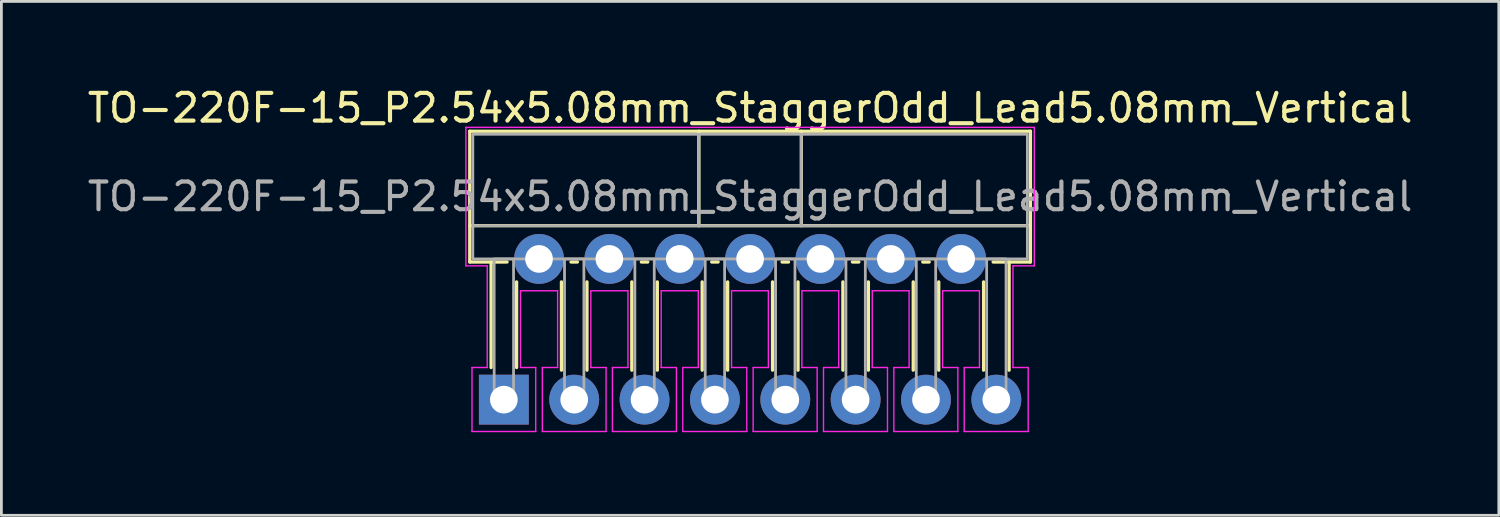
<source format=kicad_pcb>
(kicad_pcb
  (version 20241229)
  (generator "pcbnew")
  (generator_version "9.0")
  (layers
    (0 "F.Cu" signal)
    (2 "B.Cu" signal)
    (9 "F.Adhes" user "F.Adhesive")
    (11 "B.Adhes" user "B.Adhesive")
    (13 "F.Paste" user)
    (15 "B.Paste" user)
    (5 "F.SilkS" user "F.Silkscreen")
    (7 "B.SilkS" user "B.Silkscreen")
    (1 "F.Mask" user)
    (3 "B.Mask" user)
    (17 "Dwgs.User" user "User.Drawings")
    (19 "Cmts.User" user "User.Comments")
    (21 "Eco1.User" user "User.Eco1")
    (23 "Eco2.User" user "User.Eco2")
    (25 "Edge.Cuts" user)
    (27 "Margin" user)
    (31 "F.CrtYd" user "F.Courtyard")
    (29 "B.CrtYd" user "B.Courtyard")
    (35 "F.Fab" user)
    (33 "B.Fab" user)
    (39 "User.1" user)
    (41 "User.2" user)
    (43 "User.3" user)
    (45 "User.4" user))
  (footprint "TO-220F-15_P2.54x5.08mm_StaggerOdd_Lead5.08mm_Vertical"
    (layer "F.Cu")
    (at 15.14 11.378)
    (property "Reference" "TO-220F-15_P2.54x5.08mm_StaggerOdd_Lead5.08mm_Vertical" (at 8.89 -10.53 0) (layer "F.SilkS") (effects (font (size 1 1) (thickness 0.15))))
    (attr through_hole)
    (fp_line (start -1.23 -9.69) (end 19.01 -9.69) (stroke (width 0.12) (type solid)) (layer "F.SilkS"))
    (fp_line (start -1.23 -6.28) (end 19.01 -6.28) (stroke (width 0.12) (type solid)) (layer "F.SilkS"))
    (fp_line (start -1.23 -4.97) (end -1.23 -9.69) (stroke (width 0.12) (type solid)) (layer "F.SilkS"))
    (fp_line (start -0.46 -4.97) (end -0.46 -1.16) (stroke (width 0.12) (type solid)) (layer "F.SilkS"))
    (fp_line (start 0.115 -4.97) (end -1.23 -4.97) (stroke (width 0.12) (type solid)) (layer "F.SilkS"))
    (fp_line (start 0.46 -4.25) (end 0.46 -1.16) (stroke (width 0.12) (type solid)) (layer "F.SilkS"))
    (fp_line (start 2.08 -4.25) (end 2.08 -1.065) (stroke (width 0.12) (type solid)) (layer "F.SilkS"))
    (fp_line (start 2.655 -4.97) (end 2.425 -4.97) (stroke (width 0.12) (type solid)) (layer "F.SilkS"))
    (fp_line (start 3 -4.25) (end 3 -1.065) (stroke (width 0.12) (type solid)) (layer "F.SilkS"))
    (fp_line (start 4.62 -4.25) (end 4.62 -1.065) (stroke (width 0.12) (type solid)) (layer "F.SilkS"))
    (fp_line (start 5.195 -4.97) (end 4.965 -4.97) (stroke (width 0.12) (type solid)) (layer "F.SilkS"))
    (fp_line (start 5.54 -4.25) (end 5.54 -1.065) (stroke (width 0.12) (type solid)) (layer "F.SilkS"))
    (fp_line (start 7.04 -9.69) (end 7.04 -6.28) (stroke (width 0.12) (type solid)) (layer "F.SilkS"))
    (fp_line (start 7.16 -4.25) (end 7.16 -1.065) (stroke (width 0.12) (type solid)) (layer "F.SilkS"))
    (fp_line (start 7.735 -4.97) (end 7.505 -4.97) (stroke (width 0.12) (type solid)) (layer "F.SilkS"))
    (fp_line (start 8.08 -4.25) (end 8.08 -1.065) (stroke (width 0.12) (type solid)) (layer "F.SilkS"))
    (fp_line (start 9.7 -4.25) (end 9.7 -1.065) (stroke (width 0.12) (type solid)) (layer "F.SilkS"))
    (fp_line (start 10.275 -4.97) (end 10.045 -4.97) (stroke (width 0.12) (type solid)) (layer "F.SilkS"))
    (fp_line (start 10.62 -4.25) (end 10.62 -1.065) (stroke (width 0.12) (type solid)) (layer "F.SilkS"))
    (fp_line (start 10.74 -9.69) (end 10.74 -6.28) (stroke (width 0.12) (type solid)) (layer "F.SilkS"))
    (fp_line (start 12.24 -4.25) (end 12.24 -1.065) (stroke (width 0.12) (type solid)) (layer "F.SilkS"))
    (fp_line (start 12.815 -4.97) (end 12.585 -4.97) (stroke (width 0.12) (type solid)) (layer "F.SilkS"))
    (fp_line (start 13.16 -4.25) (end 13.16 -1.065) (stroke (width 0.12) (type solid)) (layer "F.SilkS"))
    (fp_line (start 14.78 -4.25) (end 14.78 -1.065) (stroke (width 0.12) (type solid)) (layer "F.SilkS"))
    (fp_line (start 15.355 -4.97) (end 15.125 -4.97) (stroke (width 0.12) (type solid)) (layer "F.SilkS"))
    (fp_line (start 15.7 -4.25) (end 15.7 -1.065) (stroke (width 0.12) (type solid)) (layer "F.SilkS"))
    (fp_line (start 17.32 -4.25) (end 17.32 -1.065) (stroke (width 0.12) (type solid)) (layer "F.SilkS"))
    (fp_line (start 18.24 -4.97) (end 18.24 -1.065) (stroke (width 0.12) (type solid)) (layer "F.SilkS"))
    (fp_line (start 19.01 -9.69) (end 19.01 -4.97) (stroke (width 0.12) (type solid)) (layer "F.SilkS"))
    (fp_line (start 19.01 -4.97) (end 17.665 -4.97) (stroke (width 0.12) (type solid)) (layer "F.SilkS"))
    (fp_line (start -1.37 -9.83) (end 19.15 -9.83) (stroke (width 0.05) (type solid)) (layer "F.CrtYd"))
    (fp_line (start -1.37 -4.83) (end -1.37 -9.83) (stroke (width 0.05) (type solid)) (layer "F.CrtYd"))
    (fp_line (start -1.15 -1.16) (end -0.6 -1.16) (stroke (width 0.05) (type solid)) (layer "F.CrtYd"))
    (fp_line (start -1.15 1.15) (end -1.15 -1.16) (stroke (width 0.05) (type solid)) (layer "F.CrtYd"))
    (fp_line (start -0.6 -4.83) (end -1.37 -4.83) (stroke (width 0.05) (type solid)) (layer "F.CrtYd"))
    (fp_line (start -0.6 -1.16) (end -0.6 -4.83) (stroke (width 0.05) (type solid)) (layer "F.CrtYd"))
    (fp_line (start 0.6 -3.93) (end 0.6 -1.16) (stroke (width 0.05) (type solid)) (layer "F.CrtYd"))
    (fp_line (start 0.6 -1.16) (end 1.15 -1.16) (stroke (width 0.05) (type solid)) (layer "F.CrtYd"))
    (fp_line (start 1.15 -1.16) (end 1.15 1.15) (stroke (width 0.05) (type solid)) (layer "F.CrtYd"))
    (fp_line (start 1.15 1.15) (end -1.15 1.15) (stroke (width 0.05) (type solid)) (layer "F.CrtYd"))
    (fp_line (start 1.39 -1.16) (end 1.94 -1.16) (stroke (width 0.05) (type solid)) (layer "F.CrtYd"))
    (fp_line (start 1.39 1.15) (end 1.39 -1.16) (stroke (width 0.05) (type solid)) (layer "F.CrtYd"))
    (fp_line (start 1.94 -3.93) (end 0.6 -3.93) (stroke (width 0.05) (type solid)) (layer "F.CrtYd"))
    (fp_line (start 1.94 -1.16) (end 1.94 -3.93) (stroke (width 0.05) (type solid)) (layer "F.CrtYd"))
    (fp_line (start 3.14 -3.93) (end 3.14 -1.16) (stroke (width 0.05) (type solid)) (layer "F.CrtYd"))
    (fp_line (start 3.14 -1.16) (end 3.69 -1.16) (stroke (width 0.05) (type solid)) (layer "F.CrtYd"))
    (fp_line (start 3.69 -1.16) (end 3.69 1.15) (stroke (width 0.05) (type solid)) (layer "F.CrtYd"))
    (fp_line (start 3.69 1.15) (end 1.39 1.15) (stroke (width 0.05) (type solid)) (layer "F.CrtYd"))
    (fp_line (start 3.92 -1.16) (end 4.48 -1.16) (stroke (width 0.05) (type solid)) (layer "F.CrtYd"))
    (fp_line (start 3.92 1.15) (end 3.92 -1.16) (stroke (width 0.05) (type solid)) (layer "F.CrtYd"))
    (fp_line (start 4.48 -3.93) (end 3.14 -3.93) (stroke (width 0.05) (type solid)) (layer "F.CrtYd"))
    (fp_line (start 4.48 -1.16) (end 4.48 -3.93) (stroke (width 0.05) (type solid)) (layer "F.CrtYd"))
    (fp_line (start 5.68 -3.93) (end 5.68 -1.16) (stroke (width 0.05) (type solid)) (layer "F.CrtYd"))
    (fp_line (start 5.68 -1.16) (end 6.23 -1.16) (stroke (width 0.05) (type solid)) (layer "F.CrtYd"))
    (fp_line (start 6.23 -1.16) (end 6.23 1.15) (stroke (width 0.05) (type solid)) (layer "F.CrtYd"))
    (fp_line (start 6.23 1.15) (end 3.92 1.15) (stroke (width 0.05) (type solid)) (layer "F.CrtYd"))
    (fp_line (start 6.46 -1.16) (end 7.02 -1.16) (stroke (width 0.05) (type solid)) (layer "F.CrtYd"))
    (fp_line (start 6.46 1.15) (end 6.46 -1.16) (stroke (width 0.05) (type solid)) (layer "F.CrtYd"))
    (fp_line (start 7.02 -3.93) (end 5.68 -3.93) (stroke (width 0.05) (type solid)) (layer "F.CrtYd"))
    (fp_line (start 7.02 -1.16) (end 7.02 -3.93) (stroke (width 0.05) (type solid)) (layer "F.CrtYd"))
    (fp_line (start 8.22 -3.93) (end 8.22 -1.16) (stroke (width 0.05) (type solid)) (layer "F.CrtYd"))
    (fp_line (start 8.22 -1.16) (end 8.77 -1.16) (stroke (width 0.05) (type solid)) (layer "F.CrtYd"))
    (fp_line (start 8.77 -1.16) (end 8.77 1.15) (stroke (width 0.05) (type solid)) (layer "F.CrtYd"))
    (fp_line (start 8.77 1.15) (end 6.46 1.15) (stroke (width 0.05) (type solid)) (layer "F.CrtYd"))
    (fp_line (start 9 -1.16) (end 9.55 -1.16) (stroke (width 0.05) (type solid)) (layer "F.CrtYd"))
    (fp_line (start 9 1.15) (end 9 -1.16) (stroke (width 0.05) (type solid)) (layer "F.CrtYd"))
    (fp_line (start 9.55 -3.93) (end 8.22 -3.93) (stroke (width 0.05) (type solid)) (layer "F.CrtYd"))
    (fp_line (start 9.55 -1.16) (end 9.55 -3.93) (stroke (width 0.05) (type solid)) (layer "F.CrtYd"))
    (fp_line (start 10.76 -3.93) (end 10.76 -1.16) (stroke (width 0.05) (type solid)) (layer "F.CrtYd"))
    (fp_line (start 10.76 -1.16) (end 11.31 -1.16) (stroke (width 0.05) (type solid)) (layer "F.CrtYd"))
    (fp_line (start 11.31 -1.16) (end 11.31 1.15) (stroke (width 0.05) (type solid)) (layer "F.CrtYd"))
    (fp_line (start 11.31 1.15) (end 9 1.15) (stroke (width 0.05) (type solid)) (layer "F.CrtYd"))
    (fp_line (start 11.54 -1.16) (end 12.09 -1.16) (stroke (width 0.05) (type solid)) (layer "F.CrtYd"))
    (fp_line (start 11.54 1.15) (end 11.54 -1.16) (stroke (width 0.05) (type solid)) (layer "F.CrtYd"))
    (fp_line (start 12.09 -3.93) (end 10.76 -3.93) (stroke (width 0.05) (type solid)) (layer "F.CrtYd"))
    (fp_line (start 12.09 -1.16) (end 12.09 -3.93) (stroke (width 0.05) (type solid)) (layer "F.CrtYd"))
    (fp_line (start 13.3 -3.93) (end 13.3 -1.16) (stroke (width 0.05) (type solid)) (layer "F.CrtYd"))
    (fp_line (start 13.3 -1.16) (end 13.85 -1.16) (stroke (width 0.05) (type solid)) (layer "F.CrtYd"))
    (fp_line (start 13.85 -1.16) (end 13.85 1.15) (stroke (width 0.05) (type solid)) (layer "F.CrtYd"))
    (fp_line (start 13.85 1.15) (end 11.54 1.15) (stroke (width 0.05) (type solid)) (layer "F.CrtYd"))
    (fp_line (start 14.08 -1.16) (end 14.63 -1.16) (stroke (width 0.05) (type solid)) (layer "F.CrtYd"))
    (fp_line (start 14.08 1.15) (end 14.08 -1.16) (stroke (width 0.05) (type solid)) (layer "F.CrtYd"))
    (fp_line (start 14.63 -3.93) (end 13.3 -3.93) (stroke (width 0.05) (type solid)) (layer "F.CrtYd"))
    (fp_line (start 14.63 -1.16) (end 14.63 -3.93) (stroke (width 0.05) (type solid)) (layer "F.CrtYd"))
    (fp_line (start 15.84 -3.93) (end 15.84 -1.16) (stroke (width 0.05) (type solid)) (layer "F.CrtYd"))
    (fp_line (start 15.84 -1.16) (end 16.39 -1.16) (stroke (width 0.05) (type solid)) (layer "F.CrtYd"))
    (fp_line (start 16.39 -1.16) (end 16.39 1.15) (stroke (width 0.05) (type solid)) (layer "F.CrtYd"))
    (fp_line (start 16.39 1.15) (end 14.08 1.15) (stroke (width 0.05) (type solid)) (layer "F.CrtYd"))
    (fp_line (start 16.62 -1.16) (end 17.17 -1.16) (stroke (width 0.05) (type solid)) (layer "F.CrtYd"))
    (fp_line (start 16.62 1.15) (end 16.62 -1.16) (stroke (width 0.05) (type solid)) (layer "F.CrtYd"))
    (fp_line (start 17.17 -3.93) (end 15.84 -3.93) (stroke (width 0.05) (type solid)) (layer "F.CrtYd"))
    (fp_line (start 17.17 -1.16) (end 17.17 -3.93) (stroke (width 0.05) (type solid)) (layer "F.CrtYd"))
    (fp_line (start 18.38 -4.83) (end 18.38 -1.16) (stroke (width 0.05) (type solid)) (layer "F.CrtYd"))
    (fp_line (start 18.38 -1.16) (end 18.93 -1.16) (stroke (width 0.05) (type solid)) (layer "F.CrtYd"))
    (fp_line (start 18.93 -1.16) (end 18.93 1.15) (stroke (width 0.05) (type solid)) (layer "F.CrtYd"))
    (fp_line (start 18.93 1.15) (end 16.62 1.15) (stroke (width 0.05) (type solid)) (layer "F.CrtYd"))
    (fp_line (start 19.15 -9.83) (end 19.15 -4.83) (stroke (width 0.05) (type solid)) (layer "F.CrtYd"))
    (fp_line (start 19.15 -4.83) (end 18.38 -4.83) (stroke (width 0.05) (type solid)) (layer "F.CrtYd"))
    (fp_line (start -1.12 -6.28) (end 18.9 -6.28) (stroke (width 0.1) (type solid)) (layer "F.Fab"))
    (fp_line (start 7.04 -9.58) (end 7.04 -6.28) (stroke (width 0.1) (type solid)) (layer "F.Fab"))
    (fp_line (start 10.74 -9.58) (end 10.74 -6.28) (stroke (width 0.1) (type solid)) (layer "F.Fab"))
    (fp_rect (start -1.12 -9.58) (end 18.9 -5.08) (stroke (width 0.1) (type solid)) (fill no) (layer "F.Fab"))
    (fp_rect (start -0.35 -5.08) (end 0.35 0) (stroke (width 0.1) (type solid)) (fill no) (layer "F.Fab"))
    (fp_rect (start 2.19 -5.08) (end 2.89 0) (stroke (width 0.1) (type solid)) (fill no) (layer "F.Fab"))
    (fp_rect (start 4.73 -5.08) (end 5.43 0) (stroke (width 0.1) (type solid)) (fill no) (layer "F.Fab"))
    (fp_rect (start 7.27 -5.08) (end 7.97 0) (stroke (width 0.1) (type solid)) (fill no) (layer "F.Fab"))
    (fp_rect (start 9.81 -5.08) (end 10.51 0) (stroke (width 0.1) (type solid)) (fill no) (layer "F.Fab"))
    (fp_rect (start 12.35 -5.08) (end 13.05 0) (stroke (width 0.1) (type solid)) (fill no) (layer "F.Fab"))
    (fp_rect (start 14.89 -5.08) (end 15.59 0) (stroke (width 0.1) (type solid)) (fill no) (layer "F.Fab"))
    (fp_rect (start 17.43 -5.08) (end 18.13 0) (stroke (width 0.1) (type solid)) (fill no) (layer "F.Fab"))
    (fp_text user "${REFERENCE}" (at 8.89 -7.33 0) (layer "F.Fab") (effects (font (size 1 1) (thickness 0.15))))
    (pad "1" thru_hole rect (at 0 0) (size 1.8 1.8) (drill 1) (layers "*.Cu" "*.Mask"))
    (pad "2" thru_hole circle (at 1.27 -5.08) (size 1.8 1.8) (drill 1) (layers "*.Cu" "*.Mask"))
    (pad "3" thru_hole circle (at 2.54 0) (size 1.8 1.8) (drill 1) (layers "*.Cu" "*.Mask"))
    (pad "4" thru_hole circle (at 3.81 -5.08) (size 1.8 1.8) (drill 1) (layers "*.Cu" "*.Mask"))
    (pad "5" thru_hole circle (at 5.08 0) (size 1.8 1.8) (drill 1) (layers "*.Cu" "*.Mask"))
    (pad "6" thru_hole circle (at 6.35 -5.08) (size 1.8 1.8) (drill 1) (layers "*.Cu" "*.Mask"))
    (pad "7" thru_hole circle (at 7.62 0) (size 1.8 1.8) (drill 1) (layers "*.Cu" "*.Mask"))
    (pad "8" thru_hole circle (at 8.89 -5.08) (size 1.8 1.8) (drill 1) (layers "*.Cu" "*.Mask"))
    (pad "9" thru_hole circle (at 10.16 0) (size 1.8 1.8) (drill 1) (layers "*.Cu" "*.Mask"))
    (pad "10" thru_hole circle (at 11.43 -5.08) (size 1.8 1.8) (drill 1) (layers "*.Cu" "*.Mask"))
    (pad "11" thru_hole circle (at 12.7 0) (size 1.8 1.8) (drill 1) (layers "*.Cu" "*.Mask"))
    (pad "12" thru_hole circle (at 13.97 -5.08) (size 1.8 1.8) (drill 1) (layers "*.Cu" "*.Mask"))
    (pad "13" thru_hole circle (at 15.24 0) (size 1.8 1.8) (drill 1) (layers "*.Cu" "*.Mask"))
    (pad "14" thru_hole circle (at 16.51 -5.08) (size 1.8 1.8) (drill 1) (layers "*.Cu" "*.Mask"))
    (pad "15" thru_hole circle (at 17.78 0) (size 1.8 1.8) (drill 1) (layers "*.Cu" "*.Mask")))
  (gr_rect
    (start -3 -3)
    (end 51.06 15.553)
    (stroke (width 0.1) (type default))
    (fill no)
    (layer "Edge.Cuts")))
</source>
